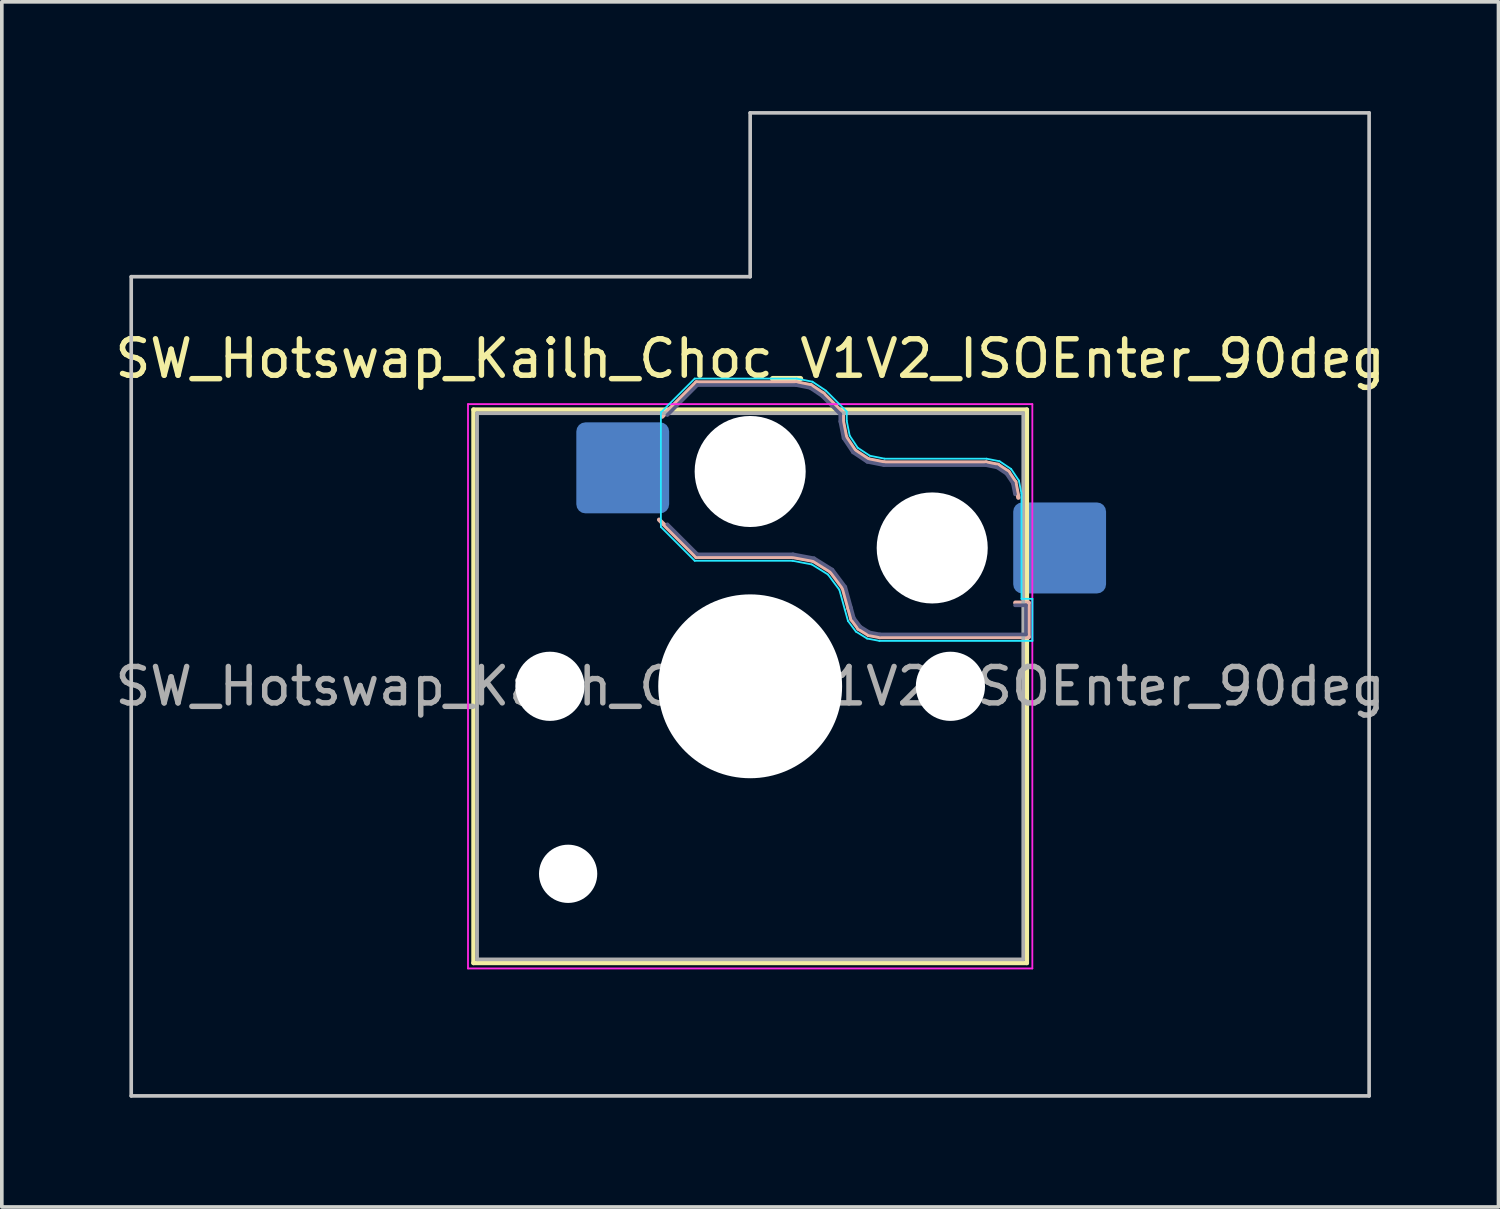
<source format=kicad_pcb>
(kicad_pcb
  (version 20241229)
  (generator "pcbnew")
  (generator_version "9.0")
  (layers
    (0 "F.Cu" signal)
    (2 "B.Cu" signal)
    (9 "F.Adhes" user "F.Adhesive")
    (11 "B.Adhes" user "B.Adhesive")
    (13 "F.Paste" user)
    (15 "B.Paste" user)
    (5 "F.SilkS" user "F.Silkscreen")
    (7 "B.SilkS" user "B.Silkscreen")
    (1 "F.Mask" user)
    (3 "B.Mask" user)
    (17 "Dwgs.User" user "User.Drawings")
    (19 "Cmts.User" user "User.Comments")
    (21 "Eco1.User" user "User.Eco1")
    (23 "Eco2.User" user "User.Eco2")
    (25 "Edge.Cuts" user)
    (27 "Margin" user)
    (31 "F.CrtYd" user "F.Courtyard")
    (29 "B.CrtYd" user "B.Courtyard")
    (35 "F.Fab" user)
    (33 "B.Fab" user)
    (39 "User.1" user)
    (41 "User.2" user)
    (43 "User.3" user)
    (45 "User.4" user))
  (footprint "SW_Hotswap_Kailh_Choc_V1V2_ISOEnter_90deg"
    (layer "F.Cu")
    (at 17.554 15.8)
    (property "Reference" "SW_Hotswap_Kailh_Choc_V1V2_ISOEnter_90deg" (at 0 -9 0) (layer "F.SilkS") (effects (font (size 1 1) (thickness 0.15))))
    (attr smd)
    (fp_line (start -7.6 -7.6) (end -7.6 7.6) (stroke (width 0.12) (type solid)) (layer "F.SilkS"))
    (fp_line (start -7.6 7.6) (end 7.6 7.6) (stroke (width 0.12) (type solid)) (layer "F.SilkS"))
    (fp_line (start 7.6 -7.6) (end -7.6 -7.6) (stroke (width 0.12) (type solid)) (layer "F.SilkS"))
    (fp_line (start 7.6 7.6) (end 7.6 -7.6) (stroke (width 0.12) (type solid)) (layer "F.SilkS"))
    (fp_line (start -2.416 -7.409) (end -1.479 -8.346) (stroke (width 0.12) (type solid)) (layer "B.SilkS"))
    (fp_line (start -1.479 -8.346) (end 1.268 -8.346) (stroke (width 0.12) (type solid)) (layer "B.SilkS"))
    (fp_line (start -1.479 -3.554) (end -2.5 -4.575) (stroke (width 0.12) (type solid)) (layer "B.SilkS"))
    (fp_line (start 1.168 -3.554) (end -1.479 -3.554) (stroke (width 0.12) (type solid)) (layer "B.SilkS"))
    (fp_line (start 1.268 -8.346) (end 1.671 -8.266) (stroke (width 0.12) (type solid)) (layer "B.SilkS"))
    (fp_line (start 1.671 -8.266) (end 2.013 -8.037) (stroke (width 0.12) (type solid)) (layer "B.SilkS"))
    (fp_line (start 1.73 -3.449) (end 1.168 -3.554) (stroke (width 0.12) (type solid)) (layer "B.SilkS"))
    (fp_line (start 2.013 -8.037) (end 2.546 -7.504) (stroke (width 0.12) (type solid)) (layer "B.SilkS"))
    (fp_line (start 2.209 -3.15) (end 1.73 -3.449) (stroke (width 0.12) (type solid)) (layer "B.SilkS"))
    (fp_line (start 2.546 -7.504) (end 2.546 -7.282) (stroke (width 0.12) (type solid)) (layer "B.SilkS"))
    (fp_line (start 2.546 -7.282) (end 2.633 -6.844) (stroke (width 0.12) (type solid)) (layer "B.SilkS"))
    (fp_line (start 2.547 -2.697) (end 2.209 -3.15) (stroke (width 0.12) (type solid)) (layer "B.SilkS"))
    (fp_line (start 2.633 -6.844) (end 2.877 -6.477) (stroke (width 0.12) (type solid)) (layer "B.SilkS"))
    (fp_line (start 2.701 -2.139) (end 2.547 -2.697) (stroke (width 0.12) (type solid)) (layer "B.SilkS"))
    (fp_line (start 2.783 -1.841) (end 2.701 -2.139) (stroke (width 0.12) (type solid)) (layer "B.SilkS"))
    (fp_line (start 2.877 -6.477) (end 3.244 -6.233) (stroke (width 0.12) (type solid)) (layer "B.SilkS"))
    (fp_line (start 2.976 -1.583) (end 2.783 -1.841) (stroke (width 0.12) (type solid)) (layer "B.SilkS"))
    (fp_line (start 3.244 -6.233) (end 3.682 -6.146) (stroke (width 0.12) (type solid)) (layer "B.SilkS"))
    (fp_line (start 3.25 -1.413) (end 2.976 -1.583) (stroke (width 0.12) (type solid)) (layer "B.SilkS"))
    (fp_line (start 3.56 -1.354) (end 3.25 -1.413) (stroke (width 0.12) (type solid)) (layer "B.SilkS"))
    (fp_line (start 3.682 -6.146) (end 6.482 -6.146) (stroke (width 0.12) (type solid)) (layer "B.SilkS"))
    (fp_line (start 6.482 -6.146) (end 6.809 -6.081) (stroke (width 0.12) (type solid)) (layer "B.SilkS"))
    (fp_line (start 6.809 -6.081) (end 7.092 -5.892) (stroke (width 0.12) (type solid)) (layer "B.SilkS"))
    (fp_line (start 7.092 -5.892) (end 7.281 -5.609) (stroke (width 0.12) (type solid)) (layer "B.SilkS"))
    (fp_line (start 7.281 -5.609) (end 7.366 -5.182) (stroke (width 0.12) (type solid)) (layer "B.SilkS"))
    (fp_line (start 7.283 -2.296) (end 7.646 -2.296) (stroke (width 0.12) (type solid)) (layer "B.SilkS"))
    (fp_line (start 7.646 -2.296) (end 7.646 -1.354) (stroke (width 0.12) (type solid)) (layer "B.SilkS"))
    (fp_line (start 7.646 -1.354) (end 3.56 -1.354) (stroke (width 0.12) (type solid)) (layer "B.SilkS"))
    (fp_line (start -17 -11.25) (end -17 11.25) (stroke (width 0.1) (type solid)) (layer "Dwgs.User"))
    (fp_line (start -17 11.25) (end 17 11.25) (stroke (width 0.1) (type solid)) (layer "Dwgs.User"))
    (fp_line (start 0 -15.75) (end 0 -11.25) (stroke (width 0.1) (type solid)) (layer "Dwgs.User"))
    (fp_line (start 0 -11.25) (end -17 -11.25) (stroke (width 0.1) (type solid)) (layer "Dwgs.User"))
    (fp_line (start 17 -15.75) (end 0 -15.75) (stroke (width 0.1) (type solid)) (layer "Dwgs.User"))
    (fp_line (start 17 11.25) (end 17 -15.75) (stroke (width 0.1) (type solid)) (layer "Dwgs.User"))
    (fp_line (start -7.25 -7.25) (end -7.25 7.25) (stroke (width 0.1) (type solid)) (layer "Eco1.User"))
    (fp_line (start -7.25 7.25) (end 7.25 7.25) (stroke (width 0.1) (type solid)) (layer "Eco1.User"))
    (fp_line (start 7.25 -7.25) (end -7.25 -7.25) (stroke (width 0.1) (type solid)) (layer "Eco1.User"))
    (fp_line (start 7.25 7.25) (end 7.25 -7.25) (stroke (width 0.1) (type solid)) (layer "Eco1.User"))
    (fp_line (start -2.452 -7.523) (end -1.523 -8.452) (stroke (width 0.05) (type solid)) (layer "B.CrtYd"))
    (fp_line (start -2.452 -4.377) (end -2.452 -7.523) (stroke (width 0.05) (type solid)) (layer "B.CrtYd"))
    (fp_line (start -1.523 -8.452) (end 1.278 -8.452) (stroke (width 0.05) (type solid)) (layer "B.CrtYd"))
    (fp_line (start -1.523 -3.448) (end -2.452 -4.377) (stroke (width 0.05) (type solid)) (layer "B.CrtYd"))
    (fp_line (start 1.159 -3.448) (end -1.523 -3.448) (stroke (width 0.05) (type solid)) (layer "B.CrtYd"))
    (fp_line (start 1.278 -8.452) (end 1.712 -8.366) (stroke (width 0.05) (type solid)) (layer "B.CrtYd"))
    (fp_line (start 1.691 -3.348) (end 1.159 -3.448) (stroke (width 0.05) (type solid)) (layer "B.CrtYd"))
    (fp_line (start 1.712 -8.366) (end 2.081 -8.119) (stroke (width 0.05) (type solid)) (layer "B.CrtYd"))
    (fp_line (start 2.081 -8.119) (end 2.652 -7.548) (stroke (width 0.05) (type solid)) (layer "B.CrtYd"))
    (fp_line (start 2.136 -3.071) (end 1.691 -3.348) (stroke (width 0.05) (type solid)) (layer "B.CrtYd"))
    (fp_line (start 2.45 -2.65) (end 2.136 -3.071) (stroke (width 0.05) (type solid)) (layer "B.CrtYd"))
    (fp_line (start 2.599 -2.111) (end 2.45 -2.65) (stroke (width 0.05) (type solid)) (layer "B.CrtYd"))
    (fp_line (start 2.652 -7.548) (end 2.652 -7.292) (stroke (width 0.05) (type solid)) (layer "B.CrtYd"))
    (fp_line (start 2.652 -7.292) (end 2.733 -6.885) (stroke (width 0.05) (type solid)) (layer "B.CrtYd"))
    (fp_line (start 2.687 -1.794) (end 2.599 -2.111) (stroke (width 0.05) (type solid)) (layer "B.CrtYd"))
    (fp_line (start 2.733 -6.885) (end 2.953 -6.553) (stroke (width 0.05) (type solid)) (layer "B.CrtYd"))
    (fp_line (start 2.903 -1.503) (end 2.687 -1.794) (stroke (width 0.05) (type solid)) (layer "B.CrtYd"))
    (fp_line (start 2.953 -6.553) (end 3.285 -6.333) (stroke (width 0.05) (type solid)) (layer "B.CrtYd"))
    (fp_line (start 3.211 -1.312) (end 2.903 -1.503) (stroke (width 0.05) (type solid)) (layer "B.CrtYd"))
    (fp_line (start 3.285 -6.333) (end 3.692 -6.252) (stroke (width 0.05) (type solid)) (layer "B.CrtYd"))
    (fp_line (start 3.55 -1.248) (end 3.211 -1.312) (stroke (width 0.05) (type solid)) (layer "B.CrtYd"))
    (fp_line (start 3.692 -6.252) (end 6.492 -6.252) (stroke (width 0.05) (type solid)) (layer "B.CrtYd"))
    (fp_line (start 6.492 -6.252) (end 6.85 -6.181) (stroke (width 0.05) (type solid)) (layer "B.CrtYd"))
    (fp_line (start 6.85 -6.181) (end 7.168 -5.968) (stroke (width 0.05) (type solid)) (layer "B.CrtYd"))
    (fp_line (start 7.168 -5.968) (end 7.381 -5.65) (stroke (width 0.05) (type solid)) (layer "B.CrtYd"))
    (fp_line (start 7.381 -5.65) (end 7.452 -5.292) (stroke (width 0.05) (type solid)) (layer "B.CrtYd"))
    (fp_line (start 7.452 -5.292) (end 7.452 -2.402) (stroke (width 0.05) (type solid)) (layer "B.CrtYd"))
    (fp_line (start 7.452 -2.402) (end 7.752 -2.402) (stroke (width 0.05) (type solid)) (layer "B.CrtYd"))
    (fp_line (start 7.752 -2.402) (end 7.752 -1.248) (stroke (width 0.05) (type solid)) (layer "B.CrtYd"))
    (fp_line (start 7.752 -1.248) (end 3.55 -1.248) (stroke (width 0.05) (type solid)) (layer "B.CrtYd"))
    (fp_line (start -7.75 -7.75) (end -7.75 7.75) (stroke (width 0.05) (type solid)) (layer "F.CrtYd"))
    (fp_line (start -7.75 7.75) (end 7.75 7.75) (stroke (width 0.05) (type solid)) (layer "F.CrtYd"))
    (fp_line (start 7.75 -7.75) (end -7.75 -7.75) (stroke (width 0.05) (type solid)) (layer "F.CrtYd"))
    (fp_line (start 7.75 7.75) (end 7.75 -7.75) (stroke (width 0.05) (type solid)) (layer "F.CrtYd"))
    (fp_line (start -2.275 -7.45) (end -1.45 -8.275) (stroke (width 0.1) (type solid)) (layer "B.Fab"))
    (fp_line (start -1.45 -8.275) (end 1.261 -8.275) (stroke (width 0.1) (type solid)) (layer "B.Fab"))
    (fp_line (start -1.45 -3.625) (end -2.275 -4.45) (stroke (width 0.1) (type solid)) (layer "B.Fab"))
    (fp_line (start 1.175 -3.625) (end -1.45 -3.625) (stroke (width 0.1) (type solid)) (layer "B.Fab"))
    (fp_line (start 1.261 -8.275) (end 1.643 -8.199) (stroke (width 0.1) (type solid)) (layer "B.Fab"))
    (fp_line (start 1.643 -8.199) (end 1.968 -7.982) (stroke (width 0.1) (type solid)) (layer "B.Fab"))
    (fp_line (start 1.756 -3.516) (end 1.175 -3.625) (stroke (width 0.1) (type solid)) (layer "B.Fab"))
    (fp_line (start 1.968 -7.982) (end 2.475 -7.475) (stroke (width 0.1) (type solid)) (layer "B.Fab"))
    (fp_line (start 2.258 -3.203) (end 1.756 -3.516) (stroke (width 0.1) (type solid)) (layer "B.Fab"))
    (fp_line (start 2.475 -7.475) (end 2.475 -7.275) (stroke (width 0.1) (type solid)) (layer "B.Fab"))
    (fp_line (start 2.475 -7.275) (end 2.566 -6.816) (stroke (width 0.1) (type solid)) (layer "B.Fab"))
    (fp_line (start 2.566 -6.816) (end 2.826 -6.426) (stroke (width 0.1) (type solid)) (layer "B.Fab"))
    (fp_line (start 2.612 -2.729) (end 2.258 -3.203) (stroke (width 0.1) (type solid)) (layer "B.Fab"))
    (fp_line (start 2.769 -2.158) (end 2.612 -2.729) (stroke (width 0.1) (type solid)) (layer "B.Fab"))
    (fp_line (start 2.826 -6.426) (end 3.216 -6.166) (stroke (width 0.1) (type solid)) (layer "B.Fab"))
    (fp_line (start 2.848 -1.873) (end 2.769 -2.158) (stroke (width 0.1) (type solid)) (layer "B.Fab"))
    (fp_line (start 3.025 -1.636) (end 2.848 -1.873) (stroke (width 0.1) (type solid)) (layer "B.Fab"))
    (fp_line (start 3.216 -6.166) (end 3.675 -6.075) (stroke (width 0.1) (type solid)) (layer "B.Fab"))
    (fp_line (start 3.276 -1.48) (end 3.025 -1.636) (stroke (width 0.1) (type solid)) (layer "B.Fab"))
    (fp_line (start 3.567 -1.425) (end 3.276 -1.48) (stroke (width 0.1) (type solid)) (layer "B.Fab"))
    (fp_line (start 3.675 -6.075) (end 6.475 -6.075) (stroke (width 0.1) (type solid)) (layer "B.Fab"))
    (fp_line (start 6.475 -6.075) (end 6.781 -6.014) (stroke (width 0.1) (type solid)) (layer "B.Fab"))
    (fp_line (start 6.781 -6.014) (end 7.041 -5.841) (stroke (width 0.1) (type solid)) (layer "B.Fab"))
    (fp_line (start 7.041 -5.841) (end 7.214 -5.581) (stroke (width 0.1) (type solid)) (layer "B.Fab"))
    (fp_line (start 7.214 -5.581) (end 7.275 -5.275) (stroke (width 0.1) (type solid)) (layer "B.Fab"))
    (fp_line (start 7.275 -2.225) (end 7.575 -2.225) (stroke (width 0.1) (type solid)) (layer "B.Fab"))
    (fp_line (start 7.575 -2.225) (end 7.575 -1.425) (stroke (width 0.1) (type solid)) (layer "B.Fab"))
    (fp_line (start 7.575 -1.425) (end 3.567 -1.425) (stroke (width 0.1) (type solid)) (layer "B.Fab"))
    (fp_line (start -7.5 -7.5) (end -7.5 7.5) (stroke (width 0.1) (type solid)) (layer "F.Fab"))
    (fp_line (start -7.5 7.5) (end 7.5 7.5) (stroke (width 0.1) (type solid)) (layer "F.Fab"))
    (fp_line (start 7.5 -7.5) (end -7.5 -7.5) (stroke (width 0.1) (type solid)) (layer "F.Fab"))
    (fp_line (start 7.5 7.5) (end 7.5 -7.5) (stroke (width 0.1) (type solid)) (layer "F.Fab"))
    (fp_text user "${REFERENCE}" (at 0 0 0) (layer "F.Fab") (effects (font (size 1 1) (thickness 0.15))))
    (pad "" np_thru_hole circle (at -5.5 0) (size 1.9 1.9) (drill 1.9) (layers "*.Cu" "*.Mask"))
    (pad "" np_thru_hole circle (at -5 5.15) (size 1.6 1.6) (drill 1.6) (layers "*.Cu" "*.Mask"))
    (pad "" np_thru_hole circle (at 0 -5.9) (size 3.05 3.05) (drill 3.05) (layers "*.Cu" "*.Mask"))
    (pad "" np_thru_hole circle (at 0 0) (size 5.05 5.05) (drill 5.05) (layers "*.Cu" "*.Mask"))
    (pad "" np_thru_hole circle (at 5 -3.8) (size 3.05 3.05) (drill 3.05) (layers "*.Cu" "*.Mask"))
    (pad "" np_thru_hole circle (at 5.5 0) (size 1.9 1.9) (drill 1.9) (layers "*.Cu" "*.Mask"))
    (pad "1" smd roundrect (at -3.5 -6) (size 2.55 2.5) (layers "B.Cu" "B.Mask" "B.Paste") (roundrect_rratio 0.1))
    (pad "2" smd roundrect (at 8.5 -3.8) (size 2.55 2.5) (layers "B.Cu" "B.Mask" "B.Paste") (roundrect_rratio 0.1)))
  (gr_rect
    (start -3 -3)
    (end 38.107 30.1)
    (stroke (width 0.1) (type default))
    (fill no)
    (layer "Edge.Cuts")))
</source>
